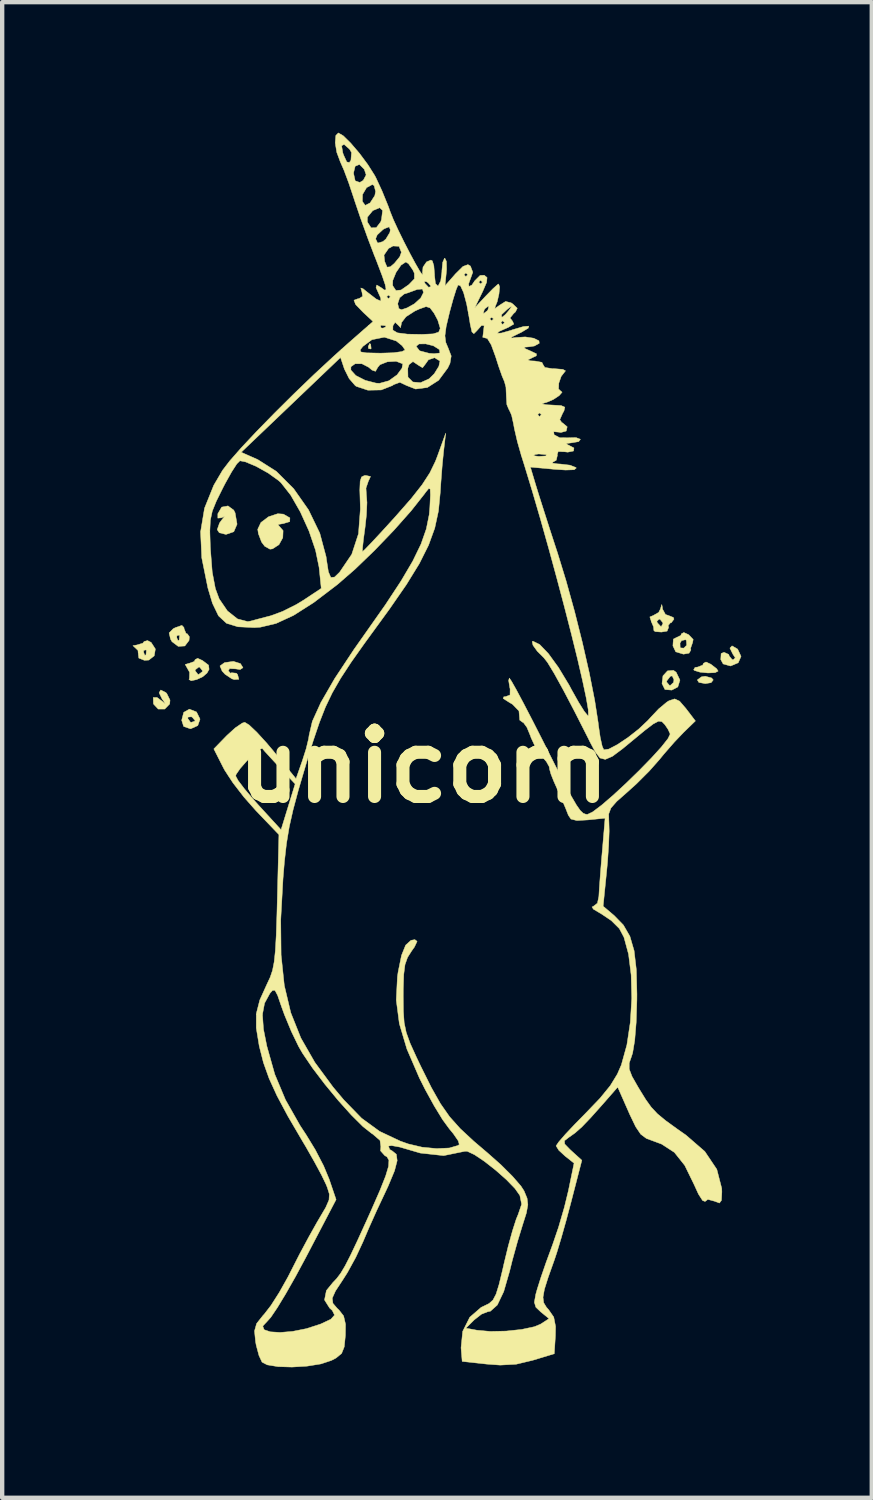
<source format=kicad_pcb>
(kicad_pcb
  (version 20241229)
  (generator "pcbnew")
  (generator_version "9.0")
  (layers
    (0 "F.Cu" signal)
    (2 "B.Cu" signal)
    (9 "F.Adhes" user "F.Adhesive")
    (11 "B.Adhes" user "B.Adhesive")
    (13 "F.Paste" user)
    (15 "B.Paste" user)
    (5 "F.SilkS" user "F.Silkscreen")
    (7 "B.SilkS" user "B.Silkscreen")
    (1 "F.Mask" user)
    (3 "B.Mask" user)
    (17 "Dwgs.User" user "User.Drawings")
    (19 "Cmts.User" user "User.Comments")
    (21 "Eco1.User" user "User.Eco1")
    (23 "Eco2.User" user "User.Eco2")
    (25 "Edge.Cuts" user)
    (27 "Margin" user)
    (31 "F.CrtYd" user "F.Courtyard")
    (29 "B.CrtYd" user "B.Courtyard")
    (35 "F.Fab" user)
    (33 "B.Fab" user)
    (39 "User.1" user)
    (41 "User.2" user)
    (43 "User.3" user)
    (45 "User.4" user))
  (footprint "unicorn"
    (layer "F.Cu")
    (at 6.684 14.568)
    (property "Reference" "unicorn" (at 0 0 0) (layer "F.SilkS") (effects (font (size 1.524 1.524) (thickness 0.3))))
    (attr through_hole)
    (fp_poly (pts (xy -1.214 -9.708) (xy -1.203 -9.608) (xy -1.214 -9.596) (xy -1.264 -9.607) (xy -1.27 -9.652) (xy -1.239 -9.722) (xy -1.214 -9.708)) (stroke (width 0.01) (type solid)) (fill yes) (layer "F.SilkS"))
    (fp_poly (pts (xy 6.622 -2.035) (xy 6.66 -1.99) (xy 6.611 -1.927) (xy 6.477 -1.905) (xy 6.329 -1.933) (xy 6.294 -1.99) (xy 6.39 -2.061) (xy 6.477 -2.074) (xy 6.622 -2.035)) (stroke (width 0.01) (type solid)) (fill yes) (layer "F.SilkS"))
    (fp_poly (pts (xy 6.604 -2.351) (xy 6.736 -2.249) (xy 6.773 -2.193) (xy 6.702 -2.157) (xy 6.539 -2.15) (xy 6.356 -2.168) (xy 6.228 -2.207) (xy 6.21 -2.223) (xy 6.241 -2.277) (xy 6.303 -2.286) (xy 6.419 -2.331) (xy 6.435 -2.371) (xy 6.493 -2.402) (xy 6.604 -2.351)) (stroke (width 0.01) (type solid)) (fill yes) (layer "F.SilkS"))
    (fp_poly (pts (xy -5.924 -1.701) (xy -5.902 -1.68) (xy -5.826 -1.526) (xy -5.834 -1.437) (xy -5.948 -1.32) (xy -6.097 -1.32) (xy -6.203 -1.433) (xy -6.208 -1.45) (xy -6.212 -1.587) (xy -6.123 -1.586) (xy -6.011 -1.503) (xy -5.936 -1.442) (xy -5.969 -1.498) (xy -6.006 -1.547) (xy -6.077 -1.695) (xy -6.04 -1.758) (xy -5.924 -1.701)) (stroke (width 0.01) (type solid)) (fill yes) (layer "F.SilkS"))
    (fp_poly (pts (xy -4.361 -5.892) (xy -4.33 -5.83) (xy -4.285 -5.57) (xy -4.36 -5.396) (xy -4.54 -5.334) (xy -4.694 -5.373) (xy -4.741 -5.444) (xy -4.688 -5.597) (xy -4.636 -5.668) (xy -4.573 -5.746) (xy -4.636 -5.722) (xy -4.644 -5.717) (xy -4.727 -5.709) (xy -4.727 -5.81) (xy -4.638 -5.962) (xy -4.494 -5.99) (xy -4.361 -5.892)) (stroke (width 0.01) (type solid)) (fill yes) (layer "F.SilkS"))
    (fp_poly (pts (xy 7.218 -2.7) (xy 7.222 -2.696) (xy 7.299 -2.531) (xy 7.234 -2.384) (xy 7.058 -2.31) (xy 6.888 -2.357) (xy 6.833 -2.458) (xy 6.841 -2.597) (xy 6.908 -2.625) (xy 7.016 -2.576) (xy 7.027 -2.54) (xy 7.093 -2.459) (xy 7.122 -2.455) (xy 7.166 -2.498) (xy 7.11 -2.584) (xy 7.043 -2.721) (xy 7.092 -2.773) (xy 7.218 -2.7)) (stroke (width 0.01) (type solid)) (fill yes) (layer "F.SilkS"))
    (fp_poly (pts (xy -4.208 -2.366) (xy -4.149 -2.271) (xy -4.215 -2.228) (xy -4.318 -2.244) (xy -4.456 -2.251) (xy -4.487 -2.202) (xy -4.438 -2.144) (xy -4.409 -2.155) (xy -4.3 -2.144) (xy -4.273 -2.112) (xy -4.244 -2.005) (xy -4.35 -1.999) (xy -4.403 -2.015) (xy -4.56 -2.119) (xy -4.629 -2.194) (xy -4.678 -2.311) (xy -4.578 -2.384) (xy -4.565 -2.389) (xy -4.369 -2.416) (xy -4.208 -2.366)) (stroke (width 0.01) (type solid)) (fill yes) (layer "F.SilkS"))
    (fp_poly (pts (xy -3.221 -5.801) (xy -3.071 -5.715) (xy -3.074 -5.628) (xy -3.228 -5.582) (xy -3.239 -5.581) (xy -3.345 -5.562) (xy -3.323 -5.532) (xy -3.227 -5.422) (xy -3.234 -5.258) (xy -3.322 -5.099) (xy -3.469 -5.003) (xy -3.528 -4.995) (xy -3.649 -5.062) (xy -3.722 -5.159) (xy -3.795 -5.352) (xy -3.81 -5.453) (xy -3.737 -5.608) (xy -3.562 -5.74) (xy -3.351 -5.81) (xy -3.221 -5.801)) (stroke (width 0.01) (type solid)) (fill yes) (layer "F.SilkS"))
    (fp_poly (pts (xy 5.808 -2.166) (xy 5.895 -1.986) (xy 5.846 -1.829) (xy 5.708 -1.756) (xy 5.55 -1.769) (xy 5.482 -1.907) (xy 5.487 -1.942) (xy 5.588 -1.942) (xy 5.653 -1.865) (xy 5.673 -1.863) (xy 5.747 -1.932) (xy 5.757 -1.995) (xy 5.716 -2.082) (xy 5.673 -2.074) (xy 5.591 -1.966) (xy 5.588 -1.942) (xy 5.487 -1.942) (xy 5.504 -2.083) (xy 5.609 -2.198) (xy 5.745 -2.21) (xy 5.808 -2.166)) (stroke (width 0.01) (type solid)) (fill yes) (layer "F.SilkS"))
    (fp_poly (pts (xy -5.22 -1.255) (xy -5.215 -1.25) (xy -5.136 -1.089) (xy -5.188 -0.94) (xy -5.348 -0.868) (xy -5.362 -0.868) (xy -5.513 -0.921) (xy -5.558 -1.063) (xy -5.547 -1.106) (xy -5.419 -1.106) (xy -5.357 -1.019) (xy -5.334 -1.016) (xy -5.252 -1.045) (xy -5.249 -1.053) (xy -5.309 -1.126) (xy -5.334 -1.143) (xy -5.412 -1.136) (xy -5.419 -1.106) (xy -5.547 -1.106) (xy -5.511 -1.245) (xy -5.381 -1.318) (xy -5.22 -1.255)) (stroke (width 0.01) (type solid)) (fill yes) (layer "F.SilkS"))
    (fp_poly (pts (xy -6.26 -2.852) (xy -6.163 -2.701) (xy -6.189 -2.544) (xy -6.314 -2.446) (xy -6.415 -2.44) (xy -6.543 -2.492) (xy -6.552 -2.556) (xy -6.559 -2.625) (xy -6.435 -2.625) (xy -6.404 -2.555) (xy -6.378 -2.568) (xy -6.368 -2.669) (xy -6.378 -2.681) (xy -6.429 -2.669) (xy -6.435 -2.625) (xy -6.559 -2.625) (xy -6.563 -2.669) (xy -6.614 -2.718) (xy -6.679 -2.777) (xy -6.59 -2.793) (xy -6.452 -2.834) (xy -6.421 -2.873) (xy -6.343 -2.895) (xy -6.26 -2.852)) (stroke (width 0.01) (type solid)) (fill yes) (layer "F.SilkS"))
    (fp_poly (pts (xy -5.505 -3.193) (xy -5.503 -3.167) (xy -5.459 -3.06) (xy -5.427 -3.048) (xy -5.381 -2.982) (xy -5.389 -2.897) (xy -5.486 -2.77) (xy -5.637 -2.761) (xy -5.78 -2.868) (xy -5.812 -2.923) (xy -5.822 -2.963) (xy -5.673 -2.963) (xy -5.642 -2.894) (xy -5.616 -2.907) (xy -5.606 -3.007) (xy -5.616 -3.02) (xy -5.667 -3.008) (xy -5.673 -2.963) (xy -5.822 -2.963) (xy -5.847 -3.07) (xy -5.752 -3.167) (xy -5.7 -3.193) (xy -5.553 -3.244) (xy -5.505 -3.193)) (stroke (width 0.01) (type solid)) (fill yes) (layer "F.SilkS"))
    (fp_poly (pts (xy 6.094 -3.03) (xy 6.199 -2.92) (xy 6.185 -2.849) (xy 6.138 -2.714) (xy 6.146 -2.678) (xy 6.104 -2.605) (xy 5.976 -2.582) (xy 5.798 -2.636) (xy 5.733 -2.773) (xy 5.737 -2.836) (xy 5.896 -2.836) (xy 5.9 -2.727) (xy 5.983 -2.721) (xy 6.05 -2.788) (xy 6.042 -2.897) (xy 6.022 -2.915) (xy 5.931 -2.893) (xy 5.896 -2.836) (xy 5.737 -2.836) (xy 5.744 -2.929) (xy 5.811 -2.963) (xy 5.916 -3.013) (xy 5.927 -3.049) (xy 5.984 -3.08) (xy 6.094 -3.03)) (stroke (width 0.01) (type solid)) (fill yes) (layer "F.SilkS"))
    (fp_poly (pts (xy -5.08 -2.436) (xy -4.94 -2.33) (xy -4.928 -2.233) (xy -4.975 -2.149) (xy -5.074 -2.063) (xy -5.214 -1.998) (xy -5.338 -1.971) (xy -5.39 -1.999) (xy -5.38 -2.027) (xy -5.376 -2.165) (xy -5.396 -2.201) (xy -5.249 -2.201) (xy -5.185 -2.119) (xy -5.165 -2.117) (xy -5.082 -2.181) (xy -5.08 -2.201) (xy -5.144 -2.284) (xy -5.165 -2.286) (xy -5.247 -2.222) (xy -5.249 -2.201) (xy -5.396 -2.201) (xy -5.422 -2.247) (xy -5.477 -2.345) (xy -5.392 -2.371) (xy -5.387 -2.371) (xy -5.268 -2.414) (xy -5.249 -2.456) (xy -5.191 -2.487) (xy -5.08 -2.436)) (stroke (width 0.01) (type solid)) (fill yes) (layer "F.SilkS"))
    (fp_poly (pts (xy 5.49 -3.664) (xy 5.494 -3.619) (xy 5.562 -3.494) (xy 5.63 -3.471) (xy 5.743 -3.426) (xy 5.757 -3.387) (xy 5.695 -3.304) (xy 5.675 -3.302) (xy 5.624 -3.242) (xy 5.634 -3.196) (xy 5.599 -3.112) (xy 5.469 -3.09) (xy 5.326 -3.101) (xy 5.296 -3.123) (xy 5.287 -3.213) (xy 5.243 -3.313) (xy 5.236 -3.335) (xy 5.363 -3.335) (xy 5.376 -3.302) (xy 5.452 -3.221) (xy 5.466 -3.217) (xy 5.502 -3.283) (xy 5.503 -3.302) (xy 5.438 -3.383) (xy 5.414 -3.387) (xy 5.363 -3.335) (xy 5.236 -3.335) (xy 5.203 -3.438) (xy 5.282 -3.471) (xy 5.406 -3.542) (xy 5.445 -3.619) (xy 5.477 -3.724) (xy 5.49 -3.664)) (stroke (width 0.01) (type solid)) (fill yes) (layer "F.SilkS"))
    (fp_poly (pts (xy -1.845 -14.498) (xy -1.673 -14.329) (xy -1.473 -14.095) (xy -1.279 -13.834) (xy -1.121 -13.584) (xy -1.094 -13.533) (xy -0.952 -13.226) (xy -0.809 -12.875) (xy -0.763 -12.746) (xy -0.691 -12.567) (xy -0.581 -12.329) (xy -0.45 -12.062) (xy -0.313 -11.796) (xy -0.186 -11.561) (xy -0.085 -11.386) (xy -0.024 -11.3) (xy -0.02 -11.335) (xy -0.024 -11.346) (xy -0.011 -11.479) (xy 0.07 -11.598) (xy 0.169 -11.64) (xy 0.203 -11.622) (xy 0.238 -11.51) (xy 0.254 -11.306) (xy 0.254 -11.284) (xy 0.275 -11.099) (xy 0.33 -11.045) (xy 0.339 -11.049) (xy 0.396 -11.162) (xy 0.423 -11.367) (xy 0.423 -11.393) (xy 0.441 -11.587) (xy 0.483 -11.682) (xy 0.491 -11.684) (xy 0.527 -11.61) (xy 0.531 -11.426) (xy 0.526 -11.367) (xy 0.494 -11.049) (xy 0.718 -11.303) (xy 0.931 -11.303) (xy 0.974 -11.261) (xy 1.016 -11.303) (xy 0.974 -11.345) (xy 0.931 -11.303) (xy 0.718 -11.303) (xy 0.737 -11.325) (xy 0.908 -11.494) (xy 1.022 -11.536) (xy 1.079 -11.503) (xy 1.133 -11.361) (xy 1.09 -11.24) (xy 1.037 -11.094) (xy 1.045 -11.034) (xy 1.111 -11.065) (xy 1.158 -11.134) (xy 1.27 -11.134) (xy 1.312 -11.091) (xy 1.355 -11.134) (xy 1.312 -11.176) (xy 1.27 -11.134) (xy 1.158 -11.134) (xy 1.18 -11.166) (xy 1.301 -11.287) (xy 1.396 -11.292) (xy 1.461 -11.239) (xy 1.451 -11.129) (xy 1.361 -10.92) (xy 1.348 -10.893) (xy 1.176 -10.541) (xy 1.434 -10.816) (xy 1.596 -10.982) (xy 1.706 -11.08) (xy 1.727 -11.091) (xy 1.75 -11.022) (xy 1.735 -10.862) (xy 1.694 -10.682) (xy 1.65 -10.575) (xy 1.639 -10.524) (xy 1.739 -10.595) (xy 1.742 -10.598) (xy 1.888 -10.69) (xy 2.017 -10.656) (xy 2.054 -10.63) (xy 2.155 -10.534) (xy 2.114 -10.449) (xy 2.071 -10.411) (xy 1.989 -10.309) (xy 2.046 -10.236) (xy 2.076 -10.168) (xy 1.945 -10.091) (xy 1.923 -10.082) (xy 1.736 -9.999) (xy 1.698 -9.957) (xy 1.791 -9.963) (xy 2.001 -10.022) (xy 2.045 -10.038) (xy 2.295 -10.112) (xy 2.42 -10.122) (xy 2.408 -10.076) (xy 2.247 -9.979) (xy 2.19 -9.952) (xy 2.029 -9.872) (xy 2.018 -9.847) (xy 2.119 -9.86) (xy 2.339 -9.874) (xy 2.534 -9.844) (xy 2.654 -9.785) (xy 2.661 -9.727) (xy 2.548 -9.665) (xy 2.429 -9.647) (xy 2.309 -9.637) (xy 2.335 -9.606) (xy 2.455 -9.553) (xy 2.598 -9.485) (xy 2.593 -9.439) (xy 2.498 -9.395) (xy 2.4 -9.346) (xy 2.449 -9.325) (xy 2.566 -9.319) (xy 2.722 -9.29) (xy 2.752 -9.229) (xy 2.789 -9.172) (xy 2.964 -9.144) (xy 3.022 -9.143) (xy 3.203 -9.128) (xy 3.265 -9.094) (xy 3.252 -9.079) (xy 3.165 -8.967) (xy 3.11 -8.81) (xy 3.105 -8.677) (xy 3.147 -8.636) (xy 3.186 -8.603) (xy 3.119 -8.525) (xy 2.986 -8.437) (xy 2.831 -8.37) (xy 2.787 -8.359) (xy 2.723 -8.334) (xy 2.82 -8.315) (xy 2.943 -8.309) (xy 3.164 -8.296) (xy 3.249 -8.259) (xy 3.229 -8.174) (xy 3.197 -8.117) (xy 3.133 -7.972) (xy 3.179 -7.905) (xy 3.196 -7.898) (xy 3.303 -7.808) (xy 3.281 -7.711) (xy 3.157 -7.677) (xy 3.119 -7.684) (xy 2.993 -7.696) (xy 3.002 -7.625) (xy 3.131 -7.557) (xy 3.316 -7.555) (xy 3.506 -7.56) (xy 3.607 -7.521) (xy 3.567 -7.468) (xy 3.413 -7.441) (xy 3.283 -7.424) (xy 3.311 -7.396) (xy 3.323 -7.392) (xy 3.458 -7.322) (xy 3.449 -7.252) (xy 3.315 -7.225) (xy 3.252 -7.233) (xy 3.097 -7.24) (xy 3.073 -7.17) (xy 3.078 -7.155) (xy 3.051 -7.039) (xy 2.98 -7) (xy 2.959 -6.974) (xy 3.08 -6.956) (xy 3.149 -6.952) (xy 3.367 -6.926) (xy 3.502 -6.873) (xy 3.512 -6.861) (xy 3.465 -6.821) (xy 3.268 -6.814) (xy 3.01 -6.831) (xy 2.457 -6.882) (xy 2.581 -6.468) (xy 2.654 -6.232) (xy 2.766 -5.88) (xy 2.902 -5.455) (xy 3.05 -5.001) (xy 3.08 -4.911) (xy 3.277 -4.269) (xy 3.472 -3.566) (xy 3.653 -2.845) (xy 3.811 -2.15) (xy 3.935 -1.523) (xy 4.015 -1.008) (xy 4.021 -0.952) (xy 4.062 -0.671) (xy 4.108 -0.464) (xy 4.145 -0.384) (xy 4.259 -0.4) (xy 4.457 -0.504) (xy 4.7 -0.666) (xy 4.947 -0.86) (xy 5.157 -1.058) (xy 5.212 -1.119) (xy 5.406 -1.324) (xy 5.593 -1.48) (xy 5.643 -1.511) (xy 5.773 -1.554) (xy 5.886 -1.502) (xy 6.033 -1.332) (xy 6.037 -1.326) (xy 6.25 -1.047) (xy 5.983 -0.788) (xy 5.768 -0.563) (xy 5.527 -0.287) (xy 5.419 -0.155) (xy 5.188 0.106) (xy 4.897 0.397) (xy 4.676 0.596) (xy 4.438 0.806) (xy 4.308 0.956) (xy 4.257 1.092) (xy 4.261 1.257) (xy 4.262 1.27) (xy 4.268 1.485) (xy 4.256 1.813) (xy 4.23 2.198) (xy 4.212 2.389) (xy 4.129 3.211) (xy 4.383 3.426) (xy 4.594 3.643) (xy 4.744 3.902) (xy 4.841 4.234) (xy 4.892 4.668) (xy 4.906 5.233) (xy 4.905 5.365) (xy 4.889 5.88) (xy 4.855 6.296) (xy 4.807 6.585) (xy 4.782 6.662) (xy 4.728 6.818) (xy 4.728 6.954) (xy 4.792 7.122) (xy 4.935 7.373) (xy 4.961 7.416) (xy 5.109 7.656) (xy 5.236 7.833) (xy 5.377 7.983) (xy 5.567 8.14) (xy 5.843 8.34) (xy 6.032 8.472) (xy 6.466 8.848) (xy 6.742 9.259) (xy 6.855 9.697) (xy 6.858 9.779) (xy 6.848 9.974) (xy 6.802 10.034) (xy 6.694 9.993) (xy 6.536 9.95) (xy 6.472 9.998) (xy 6.415 9.976) (xy 6.32 9.828) (xy 6.219 9.607) (xy 6.005 9.169) (xy 5.767 8.87) (xy 5.475 8.68) (xy 5.306 8.617) (xy 5.124 8.55) (xy 4.993 8.452) (xy 4.878 8.282) (xy 4.743 8.002) (xy 4.717 7.943) (xy 4.464 7.369) (xy 4.116 7.767) (xy 3.842 8.074) (xy 3.643 8.282) (xy 3.484 8.423) (xy 3.337 8.527) (xy 3.24 8.602) (xy 3.246 8.678) (xy 3.367 8.803) (xy 3.407 8.84) (xy 3.64 9.051) (xy 3.393 10.007) (xy 3.28 10.432) (xy 3.166 10.836) (xy 3.066 11.168) (xy 3.007 11.345) (xy 2.865 11.744) (xy 2.779 12.017) (xy 2.747 12.2) (xy 2.763 12.326) (xy 2.825 12.428) (xy 2.877 12.487) (xy 2.994 12.656) (xy 3.036 12.871) (xy 3.032 13.089) (xy 3.006 13.498) (xy 2.511 13.648) (xy 2.13 13.739) (xy 1.762 13.759) (xy 1.453 13.736) (xy 0.889 13.674) (xy 0.863 13.361) (xy 0.901 12.983) (xy 1.064 12.658) (xy 1.325 12.432) (xy 1.384 12.404) (xy 1.508 12.343) (xy 1.597 12.263) (xy 1.668 12.128) (xy 1.737 11.905) (xy 1.82 11.561) (xy 1.853 11.415) (xy 1.948 11.024) (xy 2.046 10.67) (xy 2.132 10.402) (xy 2.176 10.296) (xy 2.256 10.061) (xy 2.215 9.859) (xy 2.101 9.698) (xy 1.903 9.494) (xy 1.657 9.277) (xy 1.401 9.076) (xy 1.171 8.922) (xy 1.004 8.844) (xy 0.956 8.843) (xy 0.463 8.944) (xy -0.075 8.885) (xy -0.279 8.825) (xy -0.542 8.748) (xy -0.734 8.713) (xy -0.806 8.724) (xy -0.777 8.803) (xy -0.719 8.836) (xy -0.624 8.913) (xy -0.605 9.059) (xy -0.666 9.294) (xy -0.811 9.642) (xy -0.896 9.824) (xy -1.073 10.2) (xy -1.249 10.593) (xy -1.389 10.921) (xy -1.396 10.937) (xy -1.556 11.281) (xy -1.749 11.633) (xy -1.854 11.798) (xy -2.023 12.055) (xy -2.097 12.22) (xy -2.082 12.339) (xy -1.983 12.455) (xy -1.943 12.492) (xy -1.836 12.629) (xy -1.792 12.819) (xy -1.795 13.076) (xy -1.821 13.338) (xy -1.882 13.491) (xy -2.011 13.597) (xy -2.117 13.652) (xy -2.358 13.732) (xy -2.676 13.783) (xy -3.022 13.804) (xy -3.344 13.794) (xy -3.593 13.753) (xy -3.711 13.691) (xy -3.781 13.541) (xy -3.845 13.303) (xy -3.86 13.22) (xy -3.884 12.975) (xy -3.836 12.804) (xy -3.691 12.621) (xy -3.661 12.589) (xy -3.507 12.39) (xy -3.315 12.089) (xy -3.119 11.74) (xy -3.047 11.599) (xy -2.849 11.21) (xy -2.635 10.811) (xy -2.446 10.474) (xy -2.401 10.398) (xy -2.247 10.136) (xy -2.172 9.964) (xy -2.164 9.828) (xy -2.211 9.676) (xy -2.239 9.607) (xy -2.341 9.395) (xy -2.504 9.092) (xy -2.699 8.749) (xy -2.783 8.608) (xy -3.117 8.037) (xy -3.367 7.569) (xy -3.549 7.17) (xy -3.679 6.806) (xy -3.771 6.444) (xy -3.776 6.423) (xy -3.844 6.009) (xy -3.843 5.7) (xy -3.702 5.7) (xy -3.678 6.038) (xy -3.601 6.426) (xy -3.418 7.075) (xy -3.173 7.659) (xy -2.837 8.252) (xy -2.696 8.467) (xy -2.487 8.81) (xy -2.296 9.178) (xy -2.168 9.486) (xy -2.009 9.954) (xy -2.705 11.285) (xy -2.943 11.727) (xy -3.167 12.121) (xy -3.361 12.441) (xy -3.509 12.66) (xy -3.585 12.745) (xy -3.694 12.862) (xy -3.664 12.945) (xy -3.521 12.994) (xy -3.294 13.008) (xy -3.008 12.984) (xy -2.691 12.921) (xy -2.37 12.817) (xy -2.362 12.814) (xy -2.128 12.704) (xy -2.044 12.609) (xy -2.096 12.504) (xy -2.159 12.446) (xy -2.275 12.261) (xy -2.232 12.045) (xy -2.085 11.864) (xy -1.993 11.767) (xy -1.902 11.646) (xy -1.801 11.476) (xy -1.676 11.232) (xy -1.515 10.892) (xy -1.304 10.429) (xy -1.202 10.202) (xy -1.001 9.743) (xy -0.87 9.413) (xy -0.803 9.189) (xy -0.795 9.049) (xy -0.84 8.971) (xy -0.889 8.944) (xy -0.988 8.833) (xy -0.98 8.739) (xy -0.999 8.594) (xy -1.167 8.449) (xy -1.189 8.436) (xy -1.392 8.276) (xy -1.659 8.01) (xy -1.961 7.674) (xy -2.267 7.303) (xy -2.549 6.932) (xy -2.777 6.596) (xy -2.87 6.436) (xy -3.038 6.088) (xy -3.195 5.709) (xy -3.266 5.513) (xy -3.353 5.26) (xy -3.414 5.146) (xy -3.471 5.147) (xy -3.531 5.216) (xy -3.653 5.44) (xy -3.702 5.7) (xy -3.843 5.7) (xy -3.843 5.681) (xy -3.763 5.368) (xy -3.596 4.999) (xy -3.594 4.995) (xy -3.523 4.843) (xy -3.47 4.686) (xy -3.432 4.492) (xy -3.405 4.234) (xy -3.385 3.88) (xy -3.369 3.403) (xy -3.361 3.09) (xy -3.323 1.566) (xy -3.851 1.015) (xy -4.125 0.705) (xy -4.379 0.376) (xy -4.484 0.216) (xy -4.318 0.216) (xy -4.264 0.318) (xy -4.119 0.51) (xy -3.91 0.757) (xy -3.796 0.884) (xy -3.274 1.454) (xy -3.112 0.927) (xy -2.95 0.401) (xy -3.317 0.011) (xy -3.51 -0.197) (xy -3.652 -0.352) (xy -3.705 -0.416) (xy -3.773 -0.393) (xy -3.907 -0.28) (xy -4.068 -0.12) (xy -4.214 0.047) (xy -4.305 0.178) (xy -4.318 0.216) (xy -4.484 0.216) (xy -4.568 0.087) (xy -4.599 0.03) (xy -4.819 -0.404) (xy -4.522 -0.71) (xy -4.328 -0.887) (xy -4.165 -0.998) (xy -4.108 -1.016) (xy -4.007 -0.954) (xy -3.831 -0.787) (xy -3.609 -0.544) (xy -3.46 -0.368) (xy -2.93 0.281) (xy -2.784 -0.135) (xy -2.697 -0.408) (xy -2.641 -0.639) (xy -2.629 -0.72) (xy -2.555 -1.038) (xy -2.358 -1.472) (xy -2.04 -2.023) (xy -1.6 -2.688) (xy -1.333 -3.067) (xy -0.875 -3.718) (xy -0.517 -4.262) (xy -0.248 -4.719) (xy -0.057 -5.112) (xy 0.065 -5.461) (xy 0.131 -5.787) (xy 0.146 -5.958) (xy 0.159 -6.24) (xy 0.154 -6.376) (xy 0.121 -6.39) (xy 0.051 -6.305) (xy 0.024 -6.267) (xy -0.284 -5.877) (xy -0.682 -5.428) (xy -1.126 -4.966) (xy -1.572 -4.536) (xy -1.977 -4.184) (xy -1.977 -4.184) (xy -2.525 -3.767) (xy -2.989 -3.472) (xy -3.391 -3.287) (xy -3.75 -3.202) (xy -3.89 -3.193) (xy -4.264 -3.211) (xy -4.527 -3.291) (xy -4.712 -3.463) (xy -4.851 -3.752) (xy -4.956 -4.103) (xy -5.096 -4.794) (xy -5.124 -5.393) (xy -5.121 -5.409) (xy -4.911 -5.409) (xy -4.9 -5.055) (xy -4.896 -4.982) (xy -4.856 -4.469) (xy -4.784 -4.09) (xy -4.696 -3.853) (xy -4.506 -3.575) (xy -4.275 -3.392) (xy -4.042 -3.331) (xy -3.979 -3.341) (xy -3.819 -3.384) (xy -3.579 -3.447) (xy -3.509 -3.465) (xy -3.236 -3.566) (xy -2.921 -3.724) (xy -2.757 -3.824) (xy -2.35 -4.094) (xy -2.4 -4.579) (xy -2.481 -4.971) (xy -2.632 -5.413) (xy -2.831 -5.852) (xy -3.053 -6.239) (xy -3.276 -6.523) (xy -3.328 -6.571) (xy -3.572 -6.746) (xy -3.848 -6.9) (xy -4.095 -7.003) (xy -4.219 -7.027) (xy -4.29 -6.957) (xy -4.411 -6.77) (xy -4.561 -6.501) (xy -4.613 -6.4) (xy -4.762 -6.099) (xy -4.854 -5.872) (xy -4.899 -5.662) (xy -4.911 -5.409) (xy -5.121 -5.409) (xy -5.033 -5.937) (xy -4.821 -6.463) (xy -4.618 -6.809) (xy -4.454 -7.023) (xy -4.278 -7.223) (xy -4.19 -7.223) (xy -3.809 -7.054) (xy -3.383 -6.784) (xy -2.984 -6.385) (xy -2.642 -5.898) (xy -2.384 -5.364) (xy -2.239 -4.823) (xy -2.23 -4.757) (xy -2.186 -4.475) (xy -2.13 -4.345) (xy -2.045 -4.353) (xy -1.928 -4.466) (xy -1.649 -4.877) (xy -1.494 -5.35) (xy -1.451 -5.92) (xy -1.454 -6.02) (xy -1.464 -6.355) (xy -1.456 -6.555) (xy -1.424 -6.655) (xy -1.359 -6.687) (xy -1.323 -6.689) (xy -1.217 -6.666) (xy -1.259 -6.575) (xy -1.263 -6.57) (xy -1.322 -6.399) (xy -1.313 -6.252) (xy -1.299 -6.066) (xy -1.312 -5.779) (xy -1.342 -5.503) (xy -1.38 -5.221) (xy -1.402 -5.017) (xy -1.405 -4.936) (xy -1.347 -4.988) (xy -1.196 -5.145) (xy -0.975 -5.382) (xy -0.705 -5.678) (xy -0.632 -5.759) (xy -0.282 -6.158) (xy -0.031 -6.477) (xy 0.146 -6.75) (xy 0.274 -7.014) (xy 0.319 -7.131) (xy 0.511 -7.662) (xy 0.462 -7.239) (xy 0.429 -6.905) (xy 0.399 -6.514) (xy 0.385 -6.295) (xy 0.344 -5.873) (xy 0.259 -5.479) (xy 0.116 -5.086) (xy -0.096 -4.663) (xy -0.391 -4.184) (xy -0.782 -3.619) (xy -0.961 -3.373) (xy -1.355 -2.832) (xy -1.665 -2.394) (xy -1.906 -2.025) (xy -2.097 -1.693) (xy -2.254 -1.365) (xy -2.393 -1.01) (xy -2.534 -0.594) (xy -2.691 -0.084) (xy -2.705 -0.036) (xy -2.874 0.535) (xy -2.997 0.993) (xy -3.086 1.388) (xy -3.149 1.769) (xy -3.196 2.183) (xy -3.229 2.582) (xy -3.281 3.523) (xy -3.273 4.331) (xy -3.199 5.034) (xy -3.05 5.661) (xy -2.819 6.24) (xy -2.498 6.8) (xy -2.078 7.37) (xy -1.833 7.662) (xy -1.423 8.084) (xy -1.009 8.386) (xy -0.532 8.611) (xy -0.351 8.675) (xy -0.033 8.75) (xy 0.3 8.782) (xy 0.593 8.769) (xy 0.792 8.711) (xy 0.823 8.688) (xy 0.799 8.604) (xy 0.687 8.441) (xy 0.593 8.327) (xy 0.44 8.118) (xy 0.247 7.802) (xy 0.041 7.428) (xy -0.094 7.16) (xy -0.381 6.495) (xy -0.555 5.911) (xy -0.626 5.369) (xy -0.599 4.831) (xy -0.583 4.723) (xy -0.505 4.341) (xy -0.41 4.106) (xy -0.288 3.996) (xy -0.199 3.979) (xy -0.147 4.019) (xy -0.208 4.149) (xy -0.273 4.24) (xy -0.367 4.389) (xy -0.425 4.554) (xy -0.454 4.781) (xy -0.465 5.114) (xy -0.466 5.279) (xy -0.462 5.627) (xy -0.444 5.889) (xy -0.396 6.117) (xy -0.307 6.363) (xy -0.163 6.68) (xy -0.057 6.902) (xy 0.182 7.382) (xy 0.39 7.75) (xy 0.599 8.049) (xy 0.843 8.322) (xy 1.155 8.612) (xy 1.472 8.882) (xy 1.779 9.154) (xy 2.046 9.42) (xy 2.239 9.643) (xy 2.311 9.754) (xy 2.381 9.923) (xy 2.399 10.073) (xy 2.365 10.262) (xy 2.276 10.543) (xy 2.161 10.919) (xy 2.043 11.345) (xy 1.98 11.599) (xy 1.844 12.07) (xy 1.697 12.378) (xy 1.538 12.52) (xy 1.48 12.531) (xy 1.335 12.587) (xy 1.165 12.72) (xy 0.975 12.91) (xy 1.228 12.957) (xy 1.536 12.985) (xy 1.899 12.977) (xy 2.257 12.939) (xy 2.551 12.876) (xy 2.692 12.817) (xy 2.886 12.691) (xy 2.696 12.537) (xy 2.583 12.429) (xy 2.548 12.315) (xy 2.581 12.131) (xy 2.614 12.013) (xy 2.698 11.747) (xy 2.819 11.396) (xy 2.952 11.033) (xy 2.962 11.007) (xy 3.104 10.591) (xy 3.239 10.127) (xy 3.332 9.745) (xy 3.461 9.118) (xy 3.255 8.955) (xy 3.109 8.82) (xy 3.048 8.72) (xy 3.048 8.72) (xy 3.105 8.634) (xy 3.258 8.457) (xy 3.484 8.217) (xy 3.712 7.985) (xy 4.056 7.627) (xy 4.294 7.335) (xy 4.456 7.07) (xy 4.548 6.858) (xy 4.675 6.4) (xy 4.754 5.877) (xy 4.787 5.328) (xy 4.773 4.793) (xy 4.713 4.313) (xy 4.608 3.926) (xy 4.502 3.726) (xy 4.316 3.541) (xy 4.075 3.379) (xy 4.057 3.37) (xy 3.905 3.279) (xy 3.873 3.227) (xy 3.895 3.221) (xy 3.998 3.142) (xy 4.031 2.985) (xy 4.042 2.797) (xy 4.064 2.494) (xy 4.093 2.128) (xy 4.107 1.97) (xy 4.174 1.188) (xy 3.777 1.228) (xy 3.524 1.242) (xy 3.39 1.208) (xy 3.33 1.121) (xy 3.266 0.958) (xy 3.162 0.715) (xy 3.108 0.593) (xy 2.992 0.333) (xy 2.93 0.176) (xy 2.9 0.07) (xy 2.889 0.003) (xy 2.825 -0.112) (xy 2.721 -0.23) (xy 2.589 -0.411) (xy 2.473 -0.66) (xy 2.46 -0.699) (xy 2.377 -0.9) (xy 2.297 -1.009) (xy 2.279 -1.016) (xy 2.211 -1.067) (xy 2.211 -1.079) (xy 2.194 -1.277) (xy 2.046 -1.43) (xy 1.968 -1.476) (xy 1.831 -1.564) (xy 1.846 -1.602) (xy 1.885 -1.605) (xy 1.989 -1.644) (xy 1.991 -1.782) (xy 1.982 -1.82) (xy 1.957 -1.977) (xy 1.973 -2.032) (xy 2.023 -1.96) (xy 2.136 -1.76) (xy 2.299 -1.454) (xy 2.501 -1.065) (xy 2.729 -0.618) (xy 2.752 -0.572) (xy 3.027 -0.026) (xy 3.239 0.386) (xy 3.398 0.684) (xy 3.515 0.885) (xy 3.602 1.009) (xy 3.67 1.074) (xy 3.731 1.098) (xy 3.769 1.101) (xy 3.89 1.043) (xy 4.096 0.887) (xy 4.361 0.659) (xy 4.657 0.385) (xy 4.958 0.092) (xy 5.237 -0.194) (xy 5.467 -0.447) (xy 5.62 -0.641) (xy 5.67 -0.746) (xy 5.622 -0.853) (xy 5.549 -0.961) (xy 5.481 -1.031) (xy 5.403 -1.042) (xy 5.281 -0.978) (xy 5.082 -0.826) (xy 4.914 -0.687) (xy 4.576 -0.408) (xy 4.341 -0.233) (xy 4.178 -0.163) (xy 4.058 -0.195) (xy 3.951 -0.33) (xy 3.826 -0.566) (xy 3.783 -0.654) (xy 3.478 -1.255) (xy 3.217 -1.753) (xy 3.006 -2.136) (xy 2.852 -2.39) (xy 2.768 -2.498) (xy 2.617 -2.648) (xy 2.517 -2.787) (xy 2.498 -2.871) (xy 2.518 -2.879) (xy 2.669 -2.805) (xy 2.869 -2.597) (xy 3.101 -2.278) (xy 3.347 -1.871) (xy 3.406 -1.76) (xy 3.566 -1.475) (xy 3.695 -1.269) (xy 3.775 -1.171) (xy 3.791 -1.171) (xy 3.787 -1.304) (xy 3.74 -1.578) (xy 3.656 -1.972) (xy 3.542 -2.466) (xy 3.401 -3.037) (xy 3.24 -3.665) (xy 3.064 -4.329) (xy 2.879 -5.008) (xy 2.69 -5.68) (xy 2.502 -6.324) (xy 2.321 -6.919) (xy 2.25 -7.144) (xy 2.528 -7.144) (xy 2.641 -7.129) (xy 2.667 -7.129) (xy 2.812 -7.138) (xy 2.824 -7.164) (xy 2.817 -7.168) (xy 2.649 -7.184) (xy 2.563 -7.171) (xy 2.528 -7.144) (xy 2.25 -7.144) (xy 2.247 -7.154) (xy 2.158 -7.466) (xy 2.089 -7.764) (xy 2.07 -7.87) (xy 2.024 -8.079) (xy 2.021 -8.086) (xy 2.625 -8.086) (xy 2.667 -8.043) (xy 2.709 -8.086) (xy 2.667 -8.128) (xy 2.625 -8.086) (xy 2.021 -8.086) (xy 1.967 -8.203) (xy 1.961 -8.209) (xy 1.916 -8.318) (xy 1.904 -8.509) (xy 1.895 -8.719) (xy 1.86 -8.848) (xy 1.808 -8.97) (xy 1.727 -9.199) (xy 1.657 -9.419) (xy 1.557 -9.692) (xy 1.468 -9.837) (xy 1.418 -9.851) (xy 1.362 -9.865) (xy 1.376 -9.977) (xy 1.394 -10.132) (xy 1.335 -10.138) (xy 1.224 -10.014) (xy 1.158 -9.948) (xy 1.113 -9.99) (xy 1.074 -10.165) (xy 1.068 -10.202) (xy 1.778 -10.202) (xy 1.82 -10.16) (xy 1.863 -10.202) (xy 1.82 -10.245) (xy 1.778 -10.202) (xy 1.068 -10.202) (xy 1.055 -10.287) (xy 1.524 -10.287) (xy 1.566 -10.245) (xy 1.609 -10.287) (xy 1.566 -10.329) (xy 1.524 -10.287) (xy 1.055 -10.287) (xy 1.055 -10.289) (xy 1.037 -10.386) (xy 1.795 -10.386) (xy 1.795 -10.331) (xy 1.81 -10.329) (xy 1.881 -10.387) (xy 1.958 -10.477) (xy 2.031 -10.578) (xy 1.988 -10.557) (xy 1.926 -10.509) (xy 1.795 -10.386) (xy 1.037 -10.386) (xy 1.031 -10.42) (xy 1.375 -10.42) (xy 1.387 -10.414) (xy 1.464 -10.474) (xy 1.482 -10.499) (xy 1.503 -10.578) (xy 1.492 -10.583) (xy 1.414 -10.524) (xy 1.397 -10.499) (xy 1.375 -10.42) (xy 1.031 -10.42) (xy 0.992 -10.631) (xy 0.921 -10.895) (xy 0.85 -11.049) (xy 0.795 -11.068) (xy 0.753 -10.969) (xy 0.684 -10.75) (xy 0.604 -10.459) (xy 0.598 -10.435) (xy 0.521 -10.112) (xy 0.493 -9.9) (xy 0.512 -9.748) (xy 0.565 -9.623) (xy 0.637 -9.436) (xy 0.609 -9.267) (xy 0.558 -9.16) (xy 0.348 -8.877) (xy 0.089 -8.711) (xy -0.182 -8.676) (xy -0.389 -8.757) (xy -0.542 -8.83) (xy -0.684 -8.778) (xy -0.717 -8.755) (xy -0.972 -8.655) (xy -1.277 -8.649) (xy -1.543 -8.737) (xy -1.568 -8.754) (xy -1.709 -8.917) (xy -1.806 -9.112) (xy -1.669 -9.112) (xy -1.555 -8.986) (xy -1.34 -8.876) (xy -1.091 -8.812) (xy -1.01 -8.807) (xy -0.796 -8.866) (xy -0.607 -9.002) (xy -0.497 -9.151) (xy -0.361 -9.151) (xy -0.357 -8.95) (xy -0.245 -8.838) (xy -0.069 -8.822) (xy 0.129 -8.911) (xy 0.247 -9.027) (xy 0.353 -9.198) (xy 0.378 -9.317) (xy 0.375 -9.323) (xy 0.253 -9.396) (xy 0.113 -9.348) (xy 0.049 -9.257) (xy -0.021 -9.166) (xy -0.104 -9.215) (xy -0.242 -9.307) (xy -0.331 -9.239) (xy -0.361 -9.151) (xy -0.497 -9.151) (xy -0.495 -9.153) (xy -0.476 -9.252) (xy -0.479 -9.256) (xy -0.629 -9.314) (xy -0.831 -9.302) (xy -1.001 -9.235) (xy -1.051 -9.175) (xy -1.103 -9.083) (xy -1.184 -9.112) (xy -1.26 -9.177) (xy -1.415 -9.257) (xy -1.572 -9.257) (xy -1.668 -9.188) (xy -1.669 -9.112) (xy -1.806 -9.112) (xy -1.818 -9.136) (xy -1.907 -9.402) (xy -3.049 -8.312) (xy -4.19 -7.223) (xy -4.278 -7.223) (xy -4.187 -7.327) (xy -3.837 -7.7) (xy -3.428 -8.119) (xy -2.982 -8.562) (xy -2.52 -9.006) (xy -2.065 -9.428) (xy -1.902 -9.575) (xy -1.456 -9.575) (xy -1.439 -9.529) (xy -1.316 -9.508) (xy -1.057 -9.502) (xy -0.977 -9.501) (xy -0.696 -9.51) (xy -0.496 -9.537) (xy -0.423 -9.573) (xy -0.48 -9.658) (xy -0.169 -9.658) (xy -0.09 -9.555) (xy 0.131 -9.497) (xy 0.243 -9.489) (xy 0.378 -9.504) (xy 0.368 -9.574) (xy 0.354 -9.591) (xy 0.228 -9.67) (xy 0.053 -9.714) (xy -0.102 -9.713) (xy -0.169 -9.658) (xy -0.48 -9.658) (xy -0.487 -9.669) (xy -0.626 -9.781) (xy -0.9 -9.868) (xy -1.186 -9.81) (xy -1.394 -9.655) (xy -1.456 -9.575) (xy -1.902 -9.575) (xy -1.701 -9.754) (xy -1.386 -10.03) (xy -0.704 -10.03) (xy -0.6 -9.968) (xy -0.368 -9.938) (xy -0.036 -9.932) (xy 0.222 -9.944) (xy 0.349 -9.984) (xy 0.383 -10.065) (xy 0.382 -10.081) (xy 0.328 -10.26) (xy 0.242 -10.421) (xy 0.151 -10.541) (xy 0.06 -10.571) (xy -0.093 -10.517) (xy -0.198 -10.469) (xy -0.402 -10.338) (xy -0.505 -10.204) (xy -0.509 -10.177) (xy -0.527 -10.087) (xy -0.582 -10.146) (xy -0.652 -10.211) (xy -0.703 -10.13) (xy -0.704 -10.03) (xy -1.386 -10.03) (xy -1.269 -10.132) (xy -0.988 -10.132) (xy -0.976 -10.081) (xy -0.931 -10.075) (xy -0.862 -10.106) (xy -0.875 -10.132) (xy -0.975 -10.142) (xy -0.988 -10.132) (xy -1.269 -10.132) (xy -1.159 -10.228) (xy -1.384 -10.437) (xy -1.558 -10.617) (xy -1.567 -10.638) (xy -0.593 -10.638) (xy -0.566 -10.525) (xy -0.505 -10.499) (xy -0.376 -10.542) (xy -0.209 -10.635) (xy -0.064 -10.767) (xy -0.00002 -10.894) (xy -0.024 -10.975) (xy -0.145 -10.965) (xy -0.148 -10.964) (xy -0.361 -10.886) (xy -0.445 -10.86) (xy -0.548 -10.774) (xy -0.593 -10.638) (xy -1.567 -10.638) (xy -1.598 -10.718) (xy -1.506 -10.752) (xy -1.484 -10.753) (xy -1.399 -10.807) (xy -1.414 -10.901) (xy -1.441 -10.999) (xy -1.387 -10.98) (xy -1.306 -10.914) (xy -1.086 -10.744) (xy -0.979 -10.697) (xy -0.983 -10.771) (xy -0.995 -10.795) (xy -0.847 -10.795) (xy -0.804 -10.753) (xy -0.762 -10.795) (xy -0.804 -10.837) (xy -0.847 -10.795) (xy -0.995 -10.795) (xy -1.008 -10.822) (xy -1.091 -11.009) (xy -1.074 -11.067) (xy -0.974 -11.007) (xy -0.894 -10.95) (xy -0.86 -10.962) (xy -0.875 -11.055) (xy -0.71 -11.055) (xy -0.634 -10.941) (xy -0.516 -10.952) (xy -0.337 -11.076) (xy -0.264 -11.152) (xy 0.014 -11.152) (xy 0.034 -11.104) (xy 0.119 -11.014) (xy 0.169 -11.032) (xy 0.169 -11.044) (xy 0.109 -11.116) (xy 0.072 -11.142) (xy 0.014 -11.152) (xy -0.264 -11.152) (xy -0.209 -11.209) (xy -0.21 -11.338) (xy -0.246 -11.415) (xy -0.343 -11.555) (xy -0.405 -11.597) (xy -0.517 -11.523) (xy -0.631 -11.357) (xy -0.706 -11.172) (xy -0.71 -11.055) (xy -0.875 -11.055) (xy -0.876 -11.063) (xy -0.947 -11.272) (xy -1.076 -11.612) (xy -1.132 -11.755) (xy -0.908 -11.755) (xy -0.892 -11.608) (xy -0.837 -11.478) (xy -0.762 -11.486) (xy -0.67 -11.564) (xy -0.546 -11.715) (xy -0.508 -11.819) (xy -0.562 -11.957) (xy -0.701 -11.964) (xy -0.802 -11.908) (xy -0.908 -11.755) (xy -1.132 -11.755) (xy -1.134 -11.758) (xy -1.275 -12.129) (xy -1.101 -12.129) (xy -1.053 -12.031) (xy -0.933 -12.065) (xy -0.864 -12.124) (xy -0.773 -12.275) (xy -0.762 -12.337) (xy -0.789 -12.404) (xy -0.898 -12.362) (xy -0.931 -12.342) (xy -1.064 -12.218) (xy -1.101 -12.129) (xy -1.275 -12.129) (xy -1.292 -12.175) (xy -1.415 -12.517) (xy -1.291 -12.517) (xy -1.204 -12.381) (xy -1.085 -12.385) (xy -0.983 -12.519) (xy -0.965 -12.577) (xy -0.94 -12.781) (xy -1.007 -12.844) (xy -1.166 -12.777) (xy -1.289 -12.627) (xy -1.291 -12.517) (xy -1.415 -12.517) (xy -1.452 -12.619) (xy -1.577 -12.988) (xy -1.405 -12.988) (xy -1.339 -12.898) (xy -1.228 -12.954) (xy -1.227 -12.955) (xy -1.119 -13.122) (xy -1.101 -13.218) (xy -1.134 -13.35) (xy -1.175 -13.377) (xy -1.308 -13.306) (xy -1.401 -13.148) (xy -1.405 -12.988) (xy -1.577 -12.988) (xy -1.584 -13.009) (xy -1.606 -13.077) (xy -1.716 -13.407) (xy -1.803 -13.64) (xy -1.609 -13.64) (xy -1.57 -13.461) (xy -1.464 -13.425) (xy -1.385 -13.472) (xy -1.318 -13.598) (xy -1.361 -13.727) (xy -1.472 -13.838) (xy -1.57 -13.799) (xy -1.609 -13.64) (xy -1.803 -13.64) (xy -1.826 -13.702) (xy -1.912 -13.898) (xy -1.993 -14.116) (xy -2.018 -14.268) (xy -1.882 -14.268) (xy -1.854 -14.103) (xy -1.837 -14.055) (xy -1.763 -13.896) (xy -1.704 -13.883) (xy -1.668 -13.933) (xy -1.654 -14.112) (xy -1.697 -14.186) (xy -1.825 -14.3) (xy -1.882 -14.268) (xy -2.018 -14.268) (xy -2.029 -14.337) (xy -2.015 -14.504) (xy -1.957 -14.563) (xy -1.845 -14.498)) (stroke (width 0.01) (type solid)) (fill yes) (layer "F.SilkS")))
  (gr_rect
    (start -3 -3)
    (end 16.988 31.377)
    (stroke (width 0.1) (type default))
    (fill no)
    (layer "Edge.Cuts")))
</source>
